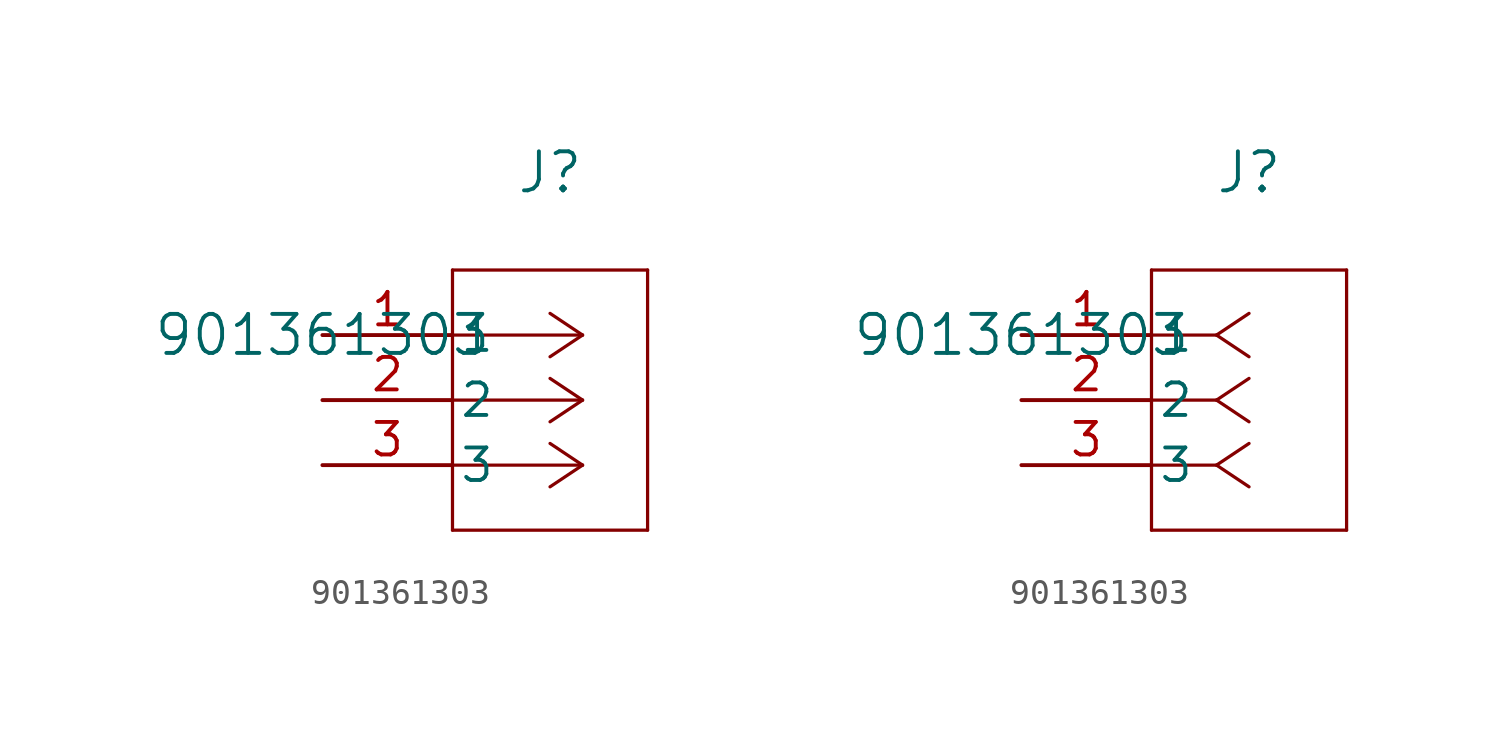
<source format=kicad_sym>
(kicad_symbol_lib
  (version 20211014)
  (generator kicad_symbol_editor)
  (symbol "901361303"
    (pin_names
      (offset 0.254))
    (property "Reference" "J"
      (at 8.89 6.35 0)
      (effects (font (size 1.524 1.524))))
    (property "Value" "901361303"
      (at 0 0 0)
      (effects (font (size 1.524 1.524))))
    (symbol "901361303_1_1"
      (polyline (pts (xy 10.16 0) (xy 5.08 0)) (stroke (width 0.127) (type default) (color 0 0 0 0)) (fill (type none)))
      (polyline (pts (xy 10.16 -2.54) (xy 5.08 -2.54)) (stroke (width 0.127) (type default) (color 0 0 0 0)) (fill (type none)))
      (polyline (pts (xy 10.16 -5.08) (xy 5.08 -5.08)) (stroke (width 0.127) (type default) (color 0 0 0 0)) (fill (type none)))
      (polyline (pts (xy 10.16 0) (xy 8.89 0.847)) (stroke (width 0.127) (type default) (color 0 0 0 0)) (fill (type none)))
      (polyline (pts (xy 10.16 -2.54) (xy 8.89 -1.693)) (stroke (width 0.127) (type default) (color 0 0 0 0)) (fill (type none)))
      (polyline (pts (xy 10.16 -5.08) (xy 8.89 -4.233)) (stroke (width 0.127) (type default) (color 0 0 0 0)) (fill (type none)))
      (polyline (pts (xy 10.16 0) (xy 8.89 -0.847)) (stroke (width 0.127) (type default) (color 0 0 0 0)) (fill (type none)))
      (polyline (pts (xy 10.16 -2.54) (xy 8.89 -3.387)) (stroke (width 0.127) (type default) (color 0 0 0 0)) (fill (type none)))
      (polyline (pts (xy 10.16 -5.08) (xy 8.89 -5.927)) (stroke (width 0.127) (type default) (color 0 0 0 0)) (fill (type none)))
      (polyline (pts (xy 5.08 2.54) (xy 5.08 -7.62)) (stroke (width 0.127) (type default) (color 0 0 0 0)) (fill (type none)))
      (polyline (pts (xy 5.08 -7.62) (xy 12.7 -7.62)) (stroke (width 0.127) (type default) (color 0 0 0 0)) (fill (type none)))
      (polyline (pts (xy 12.7 -7.62) (xy 12.7 2.54)) (stroke (width 0.127) (type default) (color 0 0 0 0)) (fill (type none)))
      (polyline (pts (xy 12.7 2.54) (xy 5.08 2.54)) (stroke (width 0.127) (type default) (color 0 0 0 0)) (fill (type none)))
      (pin unspecified line (at 0 0 0) (length 5.08) (name "1" (effects (font (size 1.27 1.27)))) (number "1" (effects (font (size 1.27 1.27)))))
      (pin unspecified line (at 0 -2.54 0) (length 5.08) (name "2" (effects (font (size 1.27 1.27)))) (number "2" (effects (font (size 1.27 1.27)))))
      (pin unspecified line (at 0 -5.08 0) (length 5.08) (name "3" (effects (font (size 1.27 1.27)))) (number "3" (effects (font (size 1.27 1.27))))))
    (symbol "901361303_1_2"
      (polyline (pts (xy 7.62 0) (xy 5.08 0)) (stroke (width 0.127) (type default) (color 0 0 0 0)) (fill (type none)))
      (polyline (pts (xy 7.62 -2.54) (xy 5.08 -2.54)) (stroke (width 0.127) (type default) (color 0 0 0 0)) (fill (type none)))
      (polyline (pts (xy 7.62 -5.08) (xy 5.08 -5.08)) (stroke (width 0.127) (type default) (color 0 0 0 0)) (fill (type none)))
      (polyline (pts (xy 7.62 0) (xy 8.89 0.847)) (stroke (width 0.127) (type default) (color 0 0 0 0)) (fill (type none)))
      (polyline (pts (xy 7.62 -2.54) (xy 8.89 -1.693)) (stroke (width 0.127) (type default) (color 0 0 0 0)) (fill (type none)))
      (polyline (pts (xy 7.62 -5.08) (xy 8.89 -4.233)) (stroke (width 0.127) (type default) (color 0 0 0 0)) (fill (type none)))
      (polyline (pts (xy 7.62 0) (xy 8.89 -0.847)) (stroke (width 0.127) (type default) (color 0 0 0 0)) (fill (type none)))
      (polyline (pts (xy 7.62 -2.54) (xy 8.89 -3.387)) (stroke (width 0.127) (type default) (color 0 0 0 0)) (fill (type none)))
      (polyline (pts (xy 7.62 -5.08) (xy 8.89 -5.927)) (stroke (width 0.127) (type default) (color 0 0 0 0)) (fill (type none)))
      (polyline (pts (xy 5.08 2.54) (xy 5.08 -7.62)) (stroke (width 0.127) (type default) (color 0 0 0 0)) (fill (type none)))
      (polyline (pts (xy 5.08 -7.62) (xy 12.7 -7.62)) (stroke (width 0.127) (type default) (color 0 0 0 0)) (fill (type none)))
      (polyline (pts (xy 12.7 -7.62) (xy 12.7 2.54)) (stroke (width 0.127) (type default) (color 0 0 0 0)) (fill (type none)))
      (polyline (pts (xy 12.7 2.54) (xy 5.08 2.54)) (stroke (width 0.127) (type default) (color 0 0 0 0)) (fill (type none)))
      (pin unspecified line (at 0 0 0) (length 5.08) (name "1" (effects (font (size 1.27 1.27)))) (number "1" (effects (font (size 1.27 1.27)))))
      (pin unspecified line (at 0 -2.54 0) (length 5.08) (name "2" (effects (font (size 1.27 1.27)))) (number "2" (effects (font (size 1.27 1.27)))))
      (pin unspecified line (at 0 -5.08 0) (length 5.08) (name "3" (effects (font (size 1.27 1.27)))) (number "3" (effects (font (size 1.27 1.27))))))))
</source>
